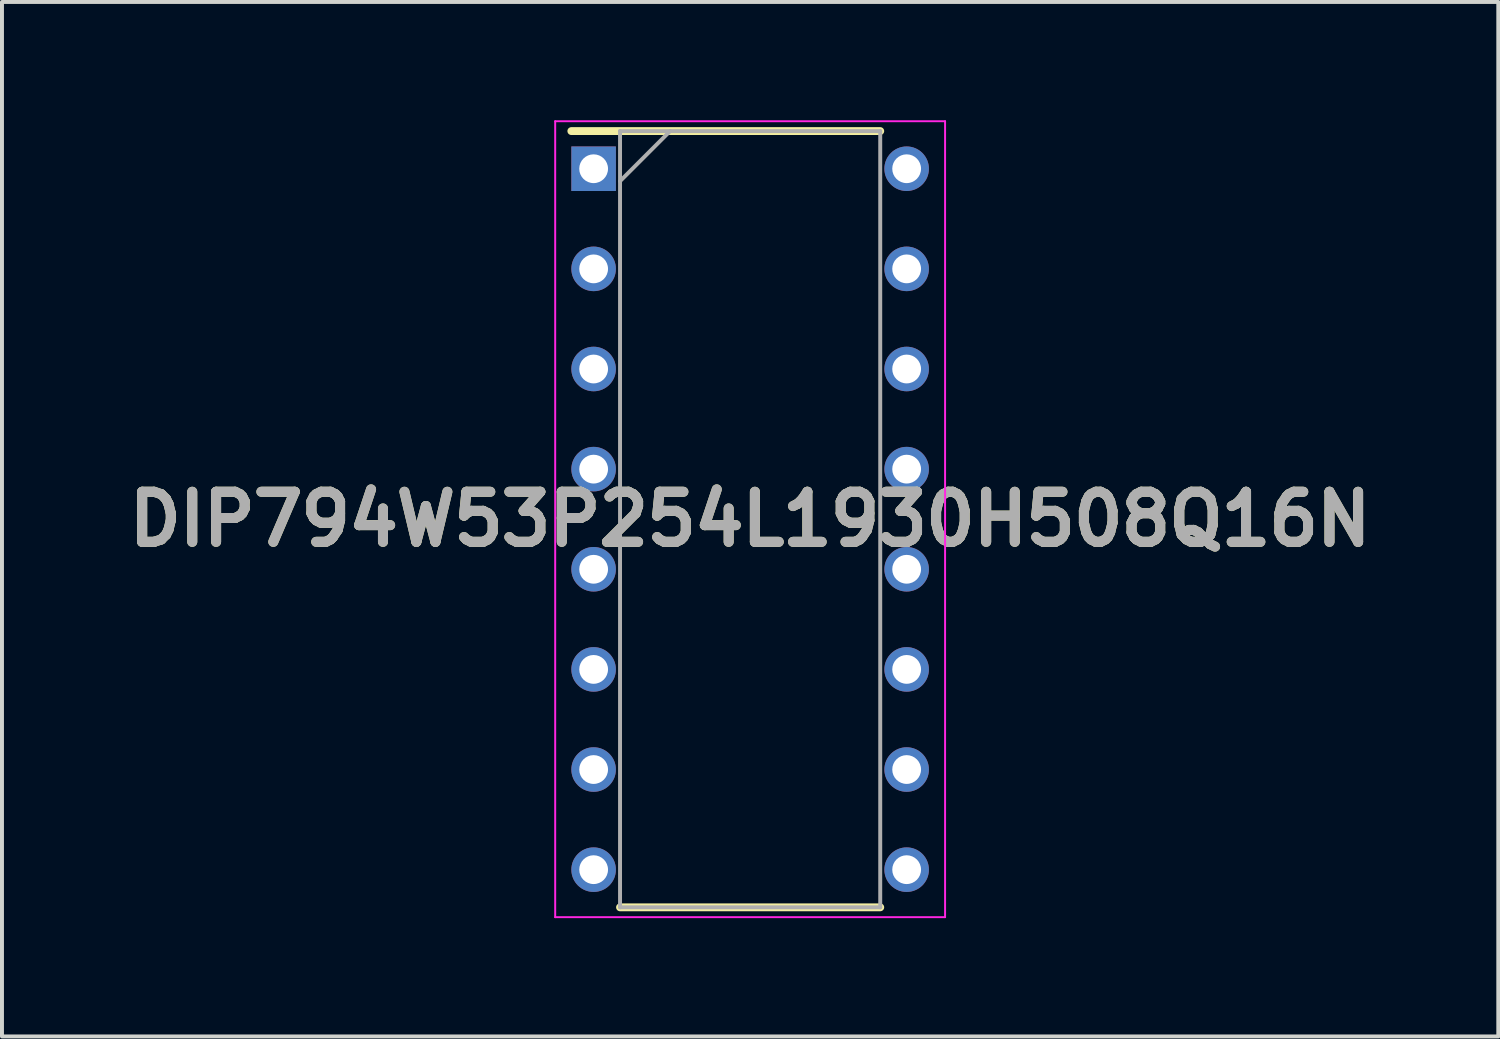
<source format=kicad_pcb>
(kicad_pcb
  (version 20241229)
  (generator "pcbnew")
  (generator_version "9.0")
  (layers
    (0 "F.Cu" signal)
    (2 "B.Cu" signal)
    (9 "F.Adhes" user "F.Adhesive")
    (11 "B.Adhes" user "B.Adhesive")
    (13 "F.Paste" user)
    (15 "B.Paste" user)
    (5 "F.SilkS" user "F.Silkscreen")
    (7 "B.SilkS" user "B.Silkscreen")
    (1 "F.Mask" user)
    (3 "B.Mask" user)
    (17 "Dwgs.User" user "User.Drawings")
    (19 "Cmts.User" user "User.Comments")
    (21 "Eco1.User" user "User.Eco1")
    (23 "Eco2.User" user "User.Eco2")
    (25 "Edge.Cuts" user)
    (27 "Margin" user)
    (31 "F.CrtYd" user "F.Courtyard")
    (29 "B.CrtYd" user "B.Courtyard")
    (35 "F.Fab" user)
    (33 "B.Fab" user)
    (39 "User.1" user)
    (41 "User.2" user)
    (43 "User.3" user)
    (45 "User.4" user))
  (footprint "DIP794W53P254L1930H508Q16N"
    (layer "F.Cu")
    (at 15.978 10.12)
    (property "Reference" "DIP794W53P254L1930H508Q16N" (at 0 0 0) (layer "F.SilkS") (effects (font (size 1.27 1.27) (thickness 0.254))))
    (attr through_hole)
    (fp_line (start -4.535 -9.845) (end 3.3 -9.845) (stroke (width 0.2) (type solid)) (layer "F.SilkS"))
    (fp_line (start -3.3 9.845) (end 3.3 9.845) (stroke (width 0.2) (type solid)) (layer "F.SilkS"))
    (fp_line (start -4.945 -10.095) (end 4.945 -10.095) (stroke (width 0.05) (type solid)) (layer "F.CrtYd"))
    (fp_line (start -4.945 10.095) (end -4.945 -10.095) (stroke (width 0.05) (type solid)) (layer "F.CrtYd"))
    (fp_line (start 4.945 -10.095) (end 4.945 10.095) (stroke (width 0.05) (type solid)) (layer "F.CrtYd"))
    (fp_line (start 4.945 10.095) (end -4.945 10.095) (stroke (width 0.05) (type solid)) (layer "F.CrtYd"))
    (fp_line (start -3.3 -9.845) (end 3.3 -9.845) (stroke (width 0.1) (type solid)) (layer "F.Fab"))
    (fp_line (start -3.3 -8.575) (end -2.03 -9.845) (stroke (width 0.1) (type solid)) (layer "F.Fab"))
    (fp_line (start -3.3 9.845) (end -3.3 -9.845) (stroke (width 0.1) (type solid)) (layer "F.Fab"))
    (fp_line (start 3.3 -9.845) (end 3.3 9.845) (stroke (width 0.1) (type solid)) (layer "F.Fab"))
    (fp_line (start 3.3 9.845) (end -3.3 9.845) (stroke (width 0.1) (type solid)) (layer "F.Fab"))
    (fp_text user "${REFERENCE}" (at 0 0 0) (layer "F.Fab") (effects (font (size 1.27 1.27) (thickness 0.254))))
    (pad "1" thru_hole rect (at -3.97 -8.89) (size 1.13 1.13) (drill 0.73) (layers "*.Cu" "*.Mask"))
    (pad "2" thru_hole circle (at -3.97 -6.35) (size 1.13 1.13) (drill 0.73) (layers "*.Cu" "*.Mask"))
    (pad "3" thru_hole circle (at -3.97 -3.81) (size 1.13 1.13) (drill 0.73) (layers "*.Cu" "*.Mask"))
    (pad "4" thru_hole circle (at -3.97 -1.27) (size 1.13 1.13) (drill 0.73) (layers "*.Cu" "*.Mask"))
    (pad "5" thru_hole circle (at -3.97 1.27) (size 1.13 1.13) (drill 0.73) (layers "*.Cu" "*.Mask"))
    (pad "6" thru_hole circle (at -3.97 3.81) (size 1.13 1.13) (drill 0.73) (layers "*.Cu" "*.Mask"))
    (pad "7" thru_hole circle (at -3.97 6.35) (size 1.13 1.13) (drill 0.73) (layers "*.Cu" "*.Mask"))
    (pad "8" thru_hole circle (at -3.97 8.89) (size 1.13 1.13) (drill 0.73) (layers "*.Cu" "*.Mask"))
    (pad "9" thru_hole circle (at 3.97 8.89) (size 1.13 1.13) (drill 0.73) (layers "*.Cu" "*.Mask"))
    (pad "10" thru_hole circle (at 3.97 6.35) (size 1.13 1.13) (drill 0.73) (layers "*.Cu" "*.Mask"))
    (pad "11" thru_hole circle (at 3.97 3.81) (size 1.13 1.13) (drill 0.73) (layers "*.Cu" "*.Mask"))
    (pad "12" thru_hole circle (at 3.97 1.27) (size 1.13 1.13) (drill 0.73) (layers "*.Cu" "*.Mask"))
    (pad "13" thru_hole circle (at 3.97 -1.27) (size 1.13 1.13) (drill 0.73) (layers "*.Cu" "*.Mask"))
    (pad "14" thru_hole circle (at 3.97 -3.81) (size 1.13 1.13) (drill 0.73) (layers "*.Cu" "*.Mask"))
    (pad "15" thru_hole circle (at 3.97 -6.35) (size 1.13 1.13) (drill 0.73) (layers "*.Cu" "*.Mask"))
    (pad "16" thru_hole circle (at 3.97 -8.89) (size 1.13 1.13) (drill 0.73) (layers "*.Cu" "*.Mask")))
  (gr_rect
    (start -3 -3)
    (end 34.956 23.24)
    (stroke (width 0.1) (type default))
    (fill no)
    (layer "Edge.Cuts")))
</source>
